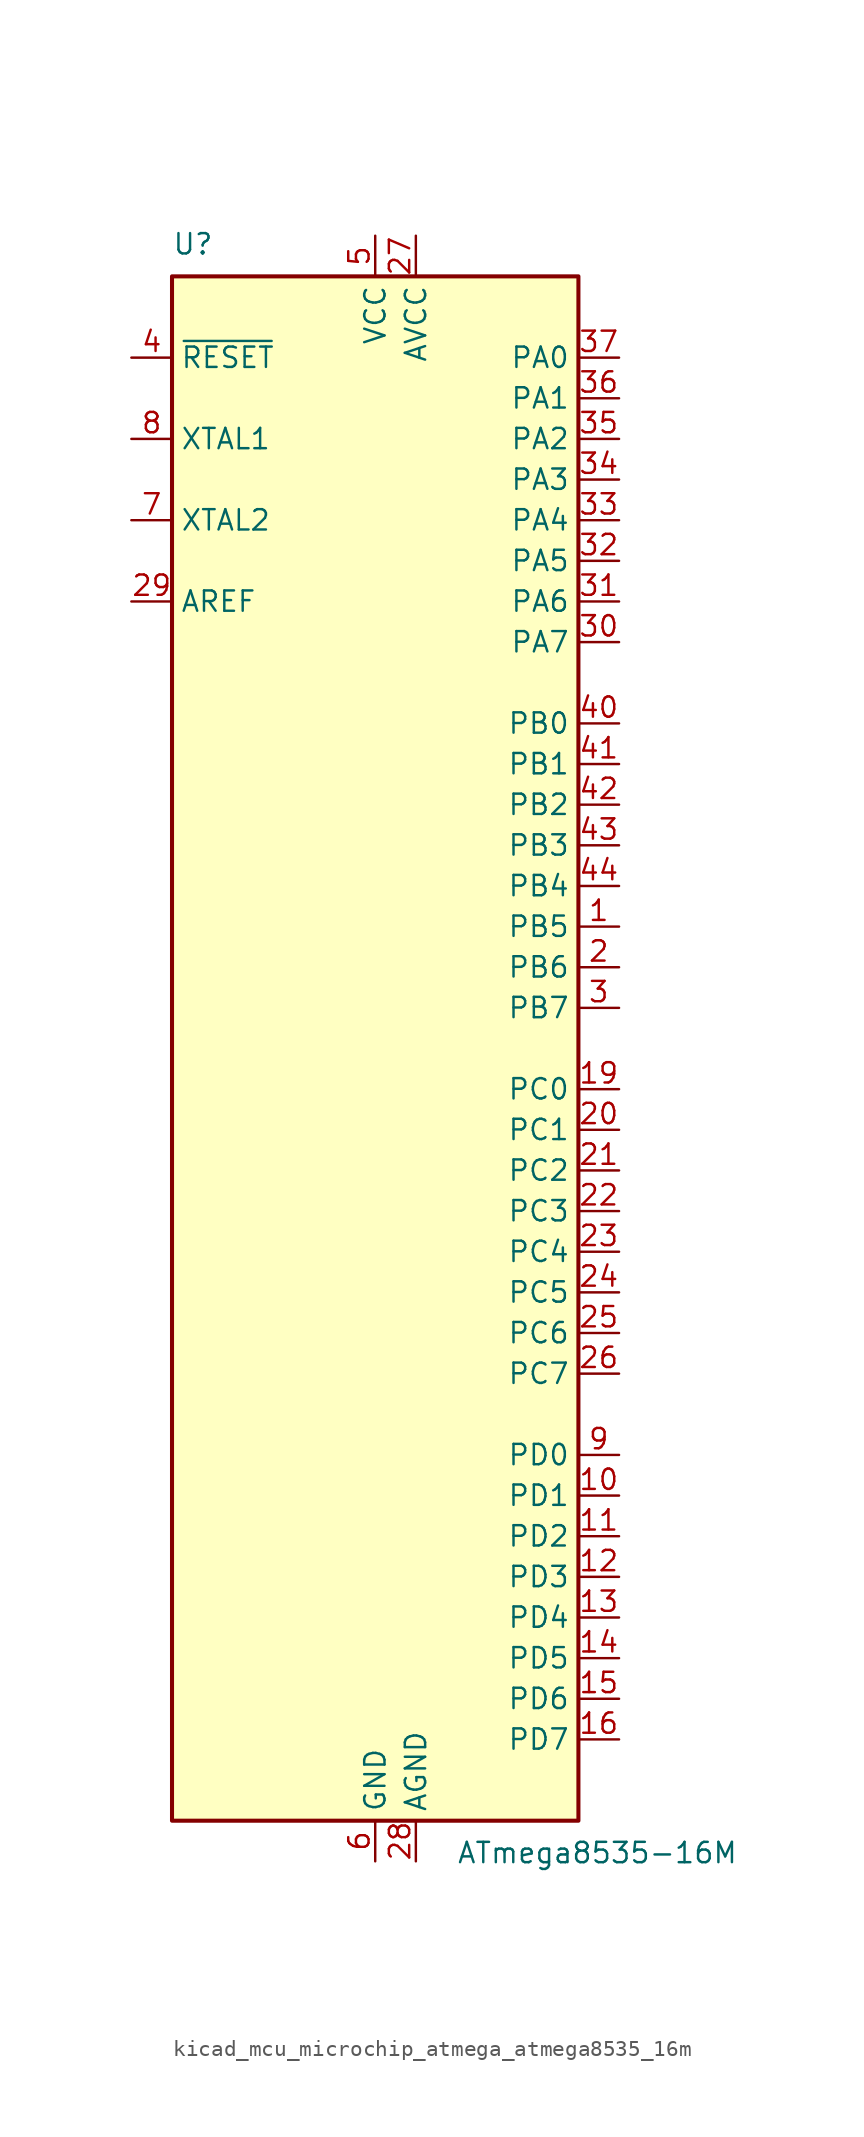
<source format=kicad_sym>
(kicad_symbol_lib
  (version 20220914)
  (generator kicad_symbol_editor)
  (symbol "kicad_mcu_microchip_atmega_atmega8535_16m"
    (property "Reference" "U"
      (at -12.7 49.53 0)
      (effects (font (size 1.27 1.27)) (justify left bottom)))
    (property "Value" "ATmega8535-16M"
      (at 5.08 -49.53 0)
      (effects (font (size 1.27 1.27)) (justify left top)))
    (symbol "kicad_mcu_microchip_atmega_atmega8535_16m_0_1"
      (rectangle (start -12.7 -48.26) (end 12.7 48.26) (stroke (width 0.254) (type default)) (fill (type background))))
    (symbol "kicad_mcu_microchip_atmega_atmega8535_16m_1_1"
      (pin bidirectional line (at 15.24 7.62 180) (length 2.54) (name "PB5" (effects (font (size 1.27 1.27)))) (number "1" (effects (font (size 1.27 1.27)))))
      (pin bidirectional line (at 15.24 -27.94 180) (length 2.54) (name "PD1" (effects (font (size 1.27 1.27)))) (number "10" (effects (font (size 1.27 1.27)))))
      (pin bidirectional line (at 15.24 -30.48 180) (length 2.54) (name "PD2" (effects (font (size 1.27 1.27)))) (number "11" (effects (font (size 1.27 1.27)))))
      (pin bidirectional line (at 15.24 -33.02 180) (length 2.54) (name "PD3" (effects (font (size 1.27 1.27)))) (number "12" (effects (font (size 1.27 1.27)))))
      (pin bidirectional line (at 15.24 -35.56 180) (length 2.54) (name "PD4" (effects (font (size 1.27 1.27)))) (number "13" (effects (font (size 1.27 1.27)))))
      (pin bidirectional line (at 15.24 -38.1 180) (length 2.54) (name "PD5" (effects (font (size 1.27 1.27)))) (number "14" (effects (font (size 1.27 1.27)))))
      (pin bidirectional line (at 15.24 -40.64 180) (length 2.54) (name "PD6" (effects (font (size 1.27 1.27)))) (number "15" (effects (font (size 1.27 1.27)))))
      (pin bidirectional line (at 15.24 -43.18 180) (length 2.54) (name "PD7" (effects (font (size 1.27 1.27)))) (number "16" (effects (font (size 1.27 1.27)))))
      (pin passive line (at 0 50.8 270) (length 2.54) hide (name "VCC" (effects (font (size 1.27 1.27)))) (number "17" (effects (font (size 1.27 1.27)))))
      (pin passive line (at 0 -50.8 90) (length 2.54) hide (name "GND" (effects (font (size 1.27 1.27)))) (number "18" (effects (font (size 1.27 1.27)))))
      (pin bidirectional line (at 15.24 -2.54 180) (length 2.54) (name "PC0" (effects (font (size 1.27 1.27)))) (number "19" (effects (font (size 1.27 1.27)))))
      (pin bidirectional line (at 15.24 5.08 180) (length 2.54) (name "PB6" (effects (font (size 1.27 1.27)))) (number "2" (effects (font (size 1.27 1.27)))))
      (pin bidirectional line (at 15.24 -5.08 180) (length 2.54) (name "PC1" (effects (font (size 1.27 1.27)))) (number "20" (effects (font (size 1.27 1.27)))))
      (pin bidirectional line (at 15.24 -7.62 180) (length 2.54) (name "PC2" (effects (font (size 1.27 1.27)))) (number "21" (effects (font (size 1.27 1.27)))))
      (pin bidirectional line (at 15.24 -10.16 180) (length 2.54) (name "PC3" (effects (font (size 1.27 1.27)))) (number "22" (effects (font (size 1.27 1.27)))))
      (pin bidirectional line (at 15.24 -12.7 180) (length 2.54) (name "PC4" (effects (font (size 1.27 1.27)))) (number "23" (effects (font (size 1.27 1.27)))))
      (pin bidirectional line (at 15.24 -15.24 180) (length 2.54) (name "PC5" (effects (font (size 1.27 1.27)))) (number "24" (effects (font (size 1.27 1.27)))))
      (pin bidirectional line (at 15.24 -17.78 180) (length 2.54) (name "PC6" (effects (font (size 1.27 1.27)))) (number "25" (effects (font (size 1.27 1.27)))))
      (pin bidirectional line (at 15.24 -20.32 180) (length 2.54) (name "PC7" (effects (font (size 1.27 1.27)))) (number "26" (effects (font (size 1.27 1.27)))))
      (pin power_in line (at 2.54 50.8 270) (length 2.54) (name "AVCC" (effects (font (size 1.27 1.27)))) (number "27" (effects (font (size 1.27 1.27)))))
      (pin power_in line (at 2.54 -50.8 90) (length 2.54) (name "AGND" (effects (font (size 1.27 1.27)))) (number "28" (effects (font (size 1.27 1.27)))))
      (pin passive line (at -15.24 27.94 0) (length 2.54) (name "AREF" (effects (font (size 1.27 1.27)))) (number "29" (effects (font (size 1.27 1.27)))))
      (pin bidirectional line (at 15.24 2.54 180) (length 2.54) (name "PB7" (effects (font (size 1.27 1.27)))) (number "3" (effects (font (size 1.27 1.27)))))
      (pin bidirectional line (at 15.24 25.4 180) (length 2.54) (name "PA7" (effects (font (size 1.27 1.27)))) (number "30" (effects (font (size 1.27 1.27)))))
      (pin bidirectional line (at 15.24 27.94 180) (length 2.54) (name "PA6" (effects (font (size 1.27 1.27)))) (number "31" (effects (font (size 1.27 1.27)))))
      (pin bidirectional line (at 15.24 30.48 180) (length 2.54) (name "PA5" (effects (font (size 1.27 1.27)))) (number "32" (effects (font (size 1.27 1.27)))))
      (pin bidirectional line (at 15.24 33.02 180) (length 2.54) (name "PA4" (effects (font (size 1.27 1.27)))) (number "33" (effects (font (size 1.27 1.27)))))
      (pin bidirectional line (at 15.24 35.56 180) (length 2.54) (name "PA3" (effects (font (size 1.27 1.27)))) (number "34" (effects (font (size 1.27 1.27)))))
      (pin bidirectional line (at 15.24 38.1 180) (length 2.54) (name "PA2" (effects (font (size 1.27 1.27)))) (number "35" (effects (font (size 1.27 1.27)))))
      (pin bidirectional line (at 15.24 40.64 180) (length 2.54) (name "PA1" (effects (font (size 1.27 1.27)))) (number "36" (effects (font (size 1.27 1.27)))))
      (pin bidirectional line (at 15.24 43.18 180) (length 2.54) (name "PA0" (effects (font (size 1.27 1.27)))) (number "37" (effects (font (size 1.27 1.27)))))
      (pin passive line (at 0 50.8 270) (length 2.54) hide (name "VCC" (effects (font (size 1.27 1.27)))) (number "38" (effects (font (size 1.27 1.27)))))
      (pin passive line (at 0 -50.8 90) (length 2.54) hide (name "GND" (effects (font (size 1.27 1.27)))) (number "39" (effects (font (size 1.27 1.27)))))
      (pin input line (at -15.24 43.18 0) (length 2.54) (name "~{RESET}" (effects (font (size 1.27 1.27)))) (number "4" (effects (font (size 1.27 1.27)))))
      (pin bidirectional line (at 15.24 20.32 180) (length 2.54) (name "PB0" (effects (font (size 1.27 1.27)))) (number "40" (effects (font (size 1.27 1.27)))))
      (pin bidirectional line (at 15.24 17.78 180) (length 2.54) (name "PB1" (effects (font (size 1.27 1.27)))) (number "41" (effects (font (size 1.27 1.27)))))
      (pin bidirectional line (at 15.24 15.24 180) (length 2.54) (name "PB2" (effects (font (size 1.27 1.27)))) (number "42" (effects (font (size 1.27 1.27)))))
      (pin bidirectional line (at 15.24 12.7 180) (length 2.54) (name "PB3" (effects (font (size 1.27 1.27)))) (number "43" (effects (font (size 1.27 1.27)))))
      (pin bidirectional line (at 15.24 10.16 180) (length 2.54) (name "PB4" (effects (font (size 1.27 1.27)))) (number "44" (effects (font (size 1.27 1.27)))))
      (pin passive line (at 0 -50.8 90) (length 2.54) hide (name "GND" (effects (font (size 1.27 1.27)))) (number "45" (effects (font (size 1.27 1.27)))))
      (pin power_in line (at 0 50.8 270) (length 2.54) (name "VCC" (effects (font (size 1.27 1.27)))) (number "5" (effects (font (size 1.27 1.27)))))
      (pin power_in line (at 0 -50.8 90) (length 2.54) (name "GND" (effects (font (size 1.27 1.27)))) (number "6" (effects (font (size 1.27 1.27)))))
      (pin output line (at -15.24 33.02 0) (length 2.54) (name "XTAL2" (effects (font (size 1.27 1.27)))) (number "7" (effects (font (size 1.27 1.27)))))
      (pin input line (at -15.24 38.1 0) (length 2.54) (name "XTAL1" (effects (font (size 1.27 1.27)))) (number "8" (effects (font (size 1.27 1.27)))))
      (pin bidirectional line (at 15.24 -25.4 180) (length 2.54) (name "PD0" (effects (font (size 1.27 1.27)))) (number "9" (effects (font (size 1.27 1.27))))))))
</source>
